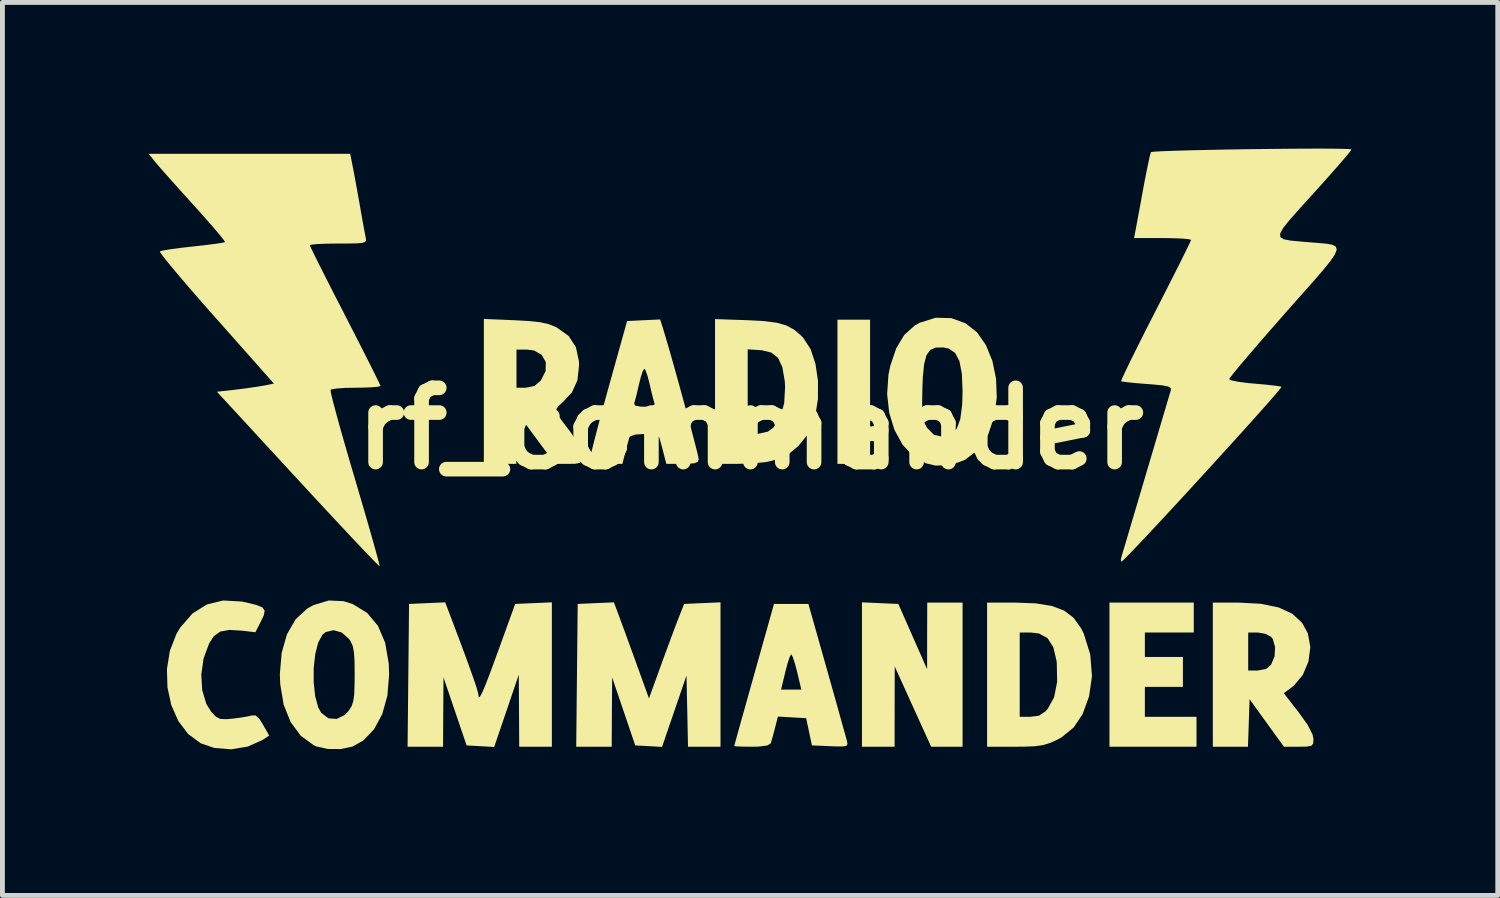
<source format=kicad_pcb>
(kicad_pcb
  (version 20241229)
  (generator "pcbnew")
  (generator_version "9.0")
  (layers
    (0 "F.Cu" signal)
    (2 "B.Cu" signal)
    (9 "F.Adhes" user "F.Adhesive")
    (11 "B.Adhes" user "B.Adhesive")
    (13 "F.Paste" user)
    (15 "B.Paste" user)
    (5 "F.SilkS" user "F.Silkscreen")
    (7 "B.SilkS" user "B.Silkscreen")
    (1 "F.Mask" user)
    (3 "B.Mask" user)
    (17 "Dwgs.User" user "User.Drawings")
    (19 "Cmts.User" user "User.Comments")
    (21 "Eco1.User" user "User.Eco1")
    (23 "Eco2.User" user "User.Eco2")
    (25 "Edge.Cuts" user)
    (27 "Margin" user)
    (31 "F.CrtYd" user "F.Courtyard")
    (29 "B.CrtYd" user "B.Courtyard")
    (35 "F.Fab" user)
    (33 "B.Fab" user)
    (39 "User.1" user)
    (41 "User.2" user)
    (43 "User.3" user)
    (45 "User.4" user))
  (footprint "rf_commander"
    (layer "F.Cu")
    (at 12.351 5.744)
    (property "Reference" "rf_commander" (at 0 0 0) (layer "F.SilkS") (effects (font (size 1.524 1.524) (thickness 0.3))))
    (attr board_only exclude_from_pos_files exclude_from_bom)
    (fp_poly (pts (xy 2.456 0.726) (xy 1.786 0.726) (xy 1.786 -2.233) (xy 2.456 -2.233)) (stroke (width 0) (type solid)) (fill yes) (layer "F.SilkS"))
    (fp_poly (pts (xy 9.099 4.187) (xy 8.095 4.187) (xy 8.095 4.689) (xy 8.876 4.689) (xy 8.876 5.303) (xy 8.095 5.303) (xy 8.095 5.917) (xy 9.155 5.917) (xy 9.155 6.531) (xy 7.369 6.531) (xy 7.369 3.573) (xy 9.099 3.573)) (stroke (width 0) (type solid)) (fill yes) (layer "F.SilkS"))
    (fp_poly (pts (xy 3.036 3.601) (xy 3.331 4.271) (xy 3.626 4.94) (xy 3.627 4.257) (xy 3.629 3.573) (xy 4.354 3.573) (xy 4.354 6.531) (xy 3.709 6.531) (xy 3.335 5.708) (xy 2.962 4.885) (xy 2.96 5.708) (xy 2.959 6.531) (xy 2.289 6.531) (xy 2.289 3.568)) (stroke (width 0) (type solid)) (fill yes) (layer "F.SilkS"))
    (fp_poly (pts (xy -0.614 6.531) (xy -1.281 6.531) (xy -1.296 5.801) (xy -1.312 5.07) (xy -1.563 5.803) (xy -1.814 6.535) (xy -2.089 6.519) (xy -2.364 6.504) (xy -2.601 5.806) (xy -2.838 5.108) (xy -2.843 5.82) (xy -2.847 6.531) (xy -3.575 6.531) (xy -3.56 5.066) (xy -3.545 3.601) (xy -3.174 3.584) (xy -2.802 3.568) (xy -2.712 3.808) (xy -2.66 3.949) (xy -2.579 4.168) (xy -2.481 4.437) (xy -2.375 4.729) (xy -2.352 4.793) (xy -2.082 5.539) (xy -1.842 4.877) (xy -1.737 4.589) (xy -1.632 4.306) (xy -1.542 4.064) (xy -1.482 3.908) (xy -1.361 3.601) (xy -0.988 3.584) (xy -0.614 3.568)) (stroke (width 0) (type solid)) (fill yes) (layer "F.SilkS"))
    (fp_poly (pts (xy -4.075 6.531) (xy -4.745 6.531) (xy -4.749 5.792) (xy -4.754 5.052) (xy -5.006 5.794) (xy -5.259 6.537) (xy -5.542 6.52) (xy -5.825 6.504) (xy -6.062 5.806) (xy -6.299 5.108) (xy -6.304 5.82) (xy -6.308 6.531) (xy -7.036 6.531) (xy -7.021 5.066) (xy -7.006 3.601) (xy -6.635 3.584) (xy -6.264 3.568) (xy -6.12 3.947) (xy -5.936 4.434) (xy -5.793 4.822) (xy -5.688 5.116) (xy -5.62 5.319) (xy -5.587 5.438) (xy -5.583 5.466) (xy -5.575 5.517) (xy -5.55 5.504) (xy -5.503 5.417) (xy -5.433 5.25) (xy -5.334 4.994) (xy -5.205 4.642) (xy -5.165 4.533) (xy -4.828 3.601) (xy -4.451 3.584) (xy -4.075 3.568)) (stroke (width 0) (type solid)) (fill yes) (layer "F.SilkS"))
    (fp_poly (pts (xy 5.856 3.589) (xy 6.186 3.642) (xy 6.44 3.738) (xy 6.633 3.886) (xy 6.782 4.093) (xy 6.841 4.21) (xy 6.974 4.636) (xy 7.01 5.084) (xy 6.95 5.499) (xy 6.818 5.861) (xy 6.634 6.136) (xy 6.386 6.338) (xy 6.291 6.39) (xy 6.144 6.456) (xy 6.004 6.498) (xy 5.839 6.521) (xy 5.615 6.53) (xy 5.432 6.531) (xy 4.857 6.531) (xy 4.857 5.917) (xy 5.527 5.917) (xy 5.745 5.917) (xy 5.92 5.895) (xy 6.05 5.809) (xy 6.104 5.75) (xy 6.233 5.515) (xy 6.295 5.201) (xy 6.288 4.822) (xy 6.282 4.765) (xy 6.216 4.487) (xy 6.098 4.303) (xy 5.919 4.206) (xy 5.752 4.187) (xy 5.527 4.187) (xy 5.527 5.917) (xy 4.857 5.917) (xy 4.857 3.573) (xy 5.435 3.573)) (stroke (width 0) (type solid)) (fill yes) (layer "F.SilkS"))
    (fp_poly (pts (xy -0.07 -2.223) (xy 0.278 -2.205) (xy 0.539 -2.171) (xy 0.737 -2.115) (xy 0.897 -2.029) (xy 1.042 -1.904) (xy 1.088 -1.856) (xy 1.235 -1.629) (xy 1.335 -1.326) (xy 1.387 -0.977) (xy 1.386 -0.608) (xy 1.329 -0.248) (xy 1.308 -0.172) (xy 1.169 0.133) (xy 0.981 0.362) (xy 0.798 0.515) (xy 0.59 0.621) (xy 0.336 0.687) (xy 0.011 0.719) (xy -0.282 0.726) (xy -0.726 0.726) (xy -0.726 -1.625) (xy -0.056 -1.625) (xy -0.056 0.112) (xy 0.142 0.112) (xy 0.358 0.064) (xy 0.473 -0.021) (xy 0.612 -0.232) (xy 0.693 -0.519) (xy 0.712 -0.857) (xy 0.704 -0.977) (xy 0.655 -1.259) (xy 0.567 -1.448) (xy 0.43 -1.558) (xy 0.231 -1.606) (xy 0.204 -1.608) (xy -0.056 -1.625) (xy -0.726 -1.625) (xy -0.726 -2.245)) (stroke (width 0) (type solid)) (fill yes) (layer "F.SilkS"))
    (fp_poly (pts (xy 10.473 3.597) (xy 10.841 3.673) (xy 11.123 3.803) (xy 11.324 3.991) (xy 11.44 4.204) (xy 11.491 4.485) (xy 11.453 4.781) (xy 11.337 5.057) (xy 11.153 5.278) (xy 11.117 5.306) (xy 10.947 5.432) (xy 11.251 5.824) (xy 11.437 6.084) (xy 11.536 6.278) (xy 11.556 6.374) (xy 11.55 6.464) (xy 11.513 6.511) (xy 11.418 6.529) (xy 11.252 6.531) (xy 10.949 6.531) (xy 10.596 6.043) (xy 10.244 5.555) (xy 10.228 6.043) (xy 10.211 6.531) (xy 9.49 6.531) (xy 9.49 4.968) (xy 10.216 4.968) (xy 10.408 4.968) (xy 10.586 4.934) (xy 10.687 4.844) (xy 10.757 4.676) (xy 10.768 4.486) (xy 10.722 4.323) (xy 10.686 4.275) (xy 10.572 4.214) (xy 10.414 4.187) (xy 10.407 4.187) (xy 10.216 4.187) (xy 10.216 4.968) (xy 9.49 4.968) (xy 9.49 3.573) (xy 10.01 3.573)) (stroke (width 0) (type solid)) (fill yes) (layer "F.SilkS"))
    (fp_poly (pts (xy -4.843 -2.222) (xy -4.537 -2.205) (xy -4.315 -2.181) (xy -4.149 -2.144) (xy -4.01 -2.09) (xy -3.975 -2.073) (xy -3.731 -1.899) (xy -3.582 -1.671) (xy -3.52 -1.379) (xy -3.517 -1.295) (xy -3.551 -0.987) (xy -3.663 -0.741) (xy -3.853 -0.538) (xy -3.938 -0.463) (xy -3.981 -0.401) (xy -3.976 -0.329) (xy -3.917 -0.224) (xy -3.799 -0.066) (xy -3.703 0.059) (xy -3.547 0.286) (xy -3.471 0.464) (xy -3.461 0.548) (xy -3.467 0.654) (xy -3.502 0.706) (xy -3.598 0.724) (xy -3.736 0.726) (xy -4.01 0.726) (xy -4.773 -0.307) (xy -4.805 0.726) (xy -5.471 0.726) (xy -5.471 -0.837) (xy -4.801 -0.837) (xy -4.61 -0.837) (xy -4.431 -0.873) (xy -4.303 -0.984) (xy -4.203 -1.179) (xy -4.199 -1.361) (xy -4.282 -1.509) (xy -4.442 -1.601) (xy -4.581 -1.619) (xy -4.801 -1.619) (xy -4.801 -0.837) (xy -5.471 -0.837) (xy -5.471 -2.247)) (stroke (width 0) (type solid)) (fill yes) (layer "F.SilkS"))
    (fp_poly (pts (xy -10.441 3.551) (xy -10.363 3.567) (xy -10.141 3.621) (xy -10.014 3.673) (xy -9.969 3.74) (xy -9.989 3.839) (xy -10.043 3.953) (xy -10.16 4.182) (xy -10.434 4.149) (xy -10.697 4.134) (xy -10.881 4.168) (xy -11.012 4.262) (xy -11.109 4.411) (xy -11.223 4.721) (xy -11.27 5.051) (xy -11.251 5.371) (xy -11.167 5.652) (xy -11.068 5.812) (xy -10.971 5.914) (xy -10.88 5.961) (xy -10.75 5.966) (xy -10.638 5.956) (xy -10.45 5.932) (xy -10.292 5.904) (xy -10.242 5.891) (xy -10.158 5.888) (xy -10.082 5.953) (xy -10.003 6.079) (xy -9.877 6.303) (xy -10.012 6.391) (xy -10.315 6.528) (xy -10.658 6.584) (xy -11.004 6.556) (xy -11.279 6.462) (xy -11.539 6.271) (xy -11.742 6.003) (xy -11.885 5.677) (xy -11.964 5.316) (xy -11.975 4.938) (xy -11.915 4.564) (xy -11.78 4.216) (xy -11.701 4.084) (xy -11.451 3.797) (xy -11.157 3.612) (xy -10.821 3.53)) (stroke (width 0) (type solid)) (fill yes) (layer "F.SilkS"))
    (fp_poly (pts (xy 1.569 4.94) (xy 1.675 5.316) (xy 1.772 5.661) (xy 1.855 5.96) (xy 1.921 6.196) (xy 1.965 6.353) (xy 1.98 6.408) (xy 1.992 6.476) (xy 1.969 6.513) (xy 1.889 6.526) (xy 1.729 6.524) (xy 1.637 6.52) (xy 1.262 6.504) (xy 1.144 5.945) (xy 0.854 5.929) (xy 0.564 5.912) (xy 0.503 6.152) (xy 0.46 6.315) (xy 0.425 6.437) (xy 0.418 6.462) (xy 0.345 6.506) (xy 0.163 6.529) (xy 0.03 6.531) (xy -0.155 6.529) (xy -0.286 6.524) (xy -0.333 6.517) (xy -0.318 6.462) (xy -0.277 6.314) (xy -0.214 6.085) (xy -0.131 5.792) (xy -0.035 5.447) (xy -0.01 5.359) (xy 0.629 5.359) (xy 1.045 5.359) (xy 0.959 4.996) (xy 0.91 4.813) (xy 0.867 4.683) (xy 0.837 4.633) (xy 0.808 4.683) (xy 0.764 4.814) (xy 0.716 4.996) (xy 0.629 5.359) (xy -0.01 5.359) (xy 0.073 5.065) (xy 0.076 5.052) (xy 0.484 3.601) (xy 1.19 3.601)) (stroke (width 0) (type solid)) (fill yes) (layer "F.SilkS"))
    (fp_poly (pts (xy 4.123 -2.265) (xy 4.415 -2.159) (xy 4.649 -1.976) (xy 4.834 -1.711) (xy 4.966 -1.386) (xy 5.041 -1.022) (xy 5.056 -0.638) (xy 5.006 -0.257) (xy 4.888 0.101) (xy 4.856 0.167) (xy 4.659 0.446) (xy 4.405 0.643) (xy 4.111 0.751) (xy 3.798 0.761) (xy 3.601 0.714) (xy 3.34 0.567) (xy 3.123 0.333) (xy 2.957 0.031) (xy 2.849 -0.322) (xy 2.825 -0.535) (xy 3.524 -0.535) (xy 3.528 -0.339) (xy 3.546 -0.202) (xy 3.579 -0.099) (xy 3.625 -0.014) (xy 3.768 0.131) (xy 3.945 0.17) (xy 4.129 0.113) (xy 4.235 0.004) (xy 4.307 -0.193) (xy 4.346 -0.486) (xy 4.354 -0.776) (xy 4.339 -1.127) (xy 4.29 -1.382) (xy 4.202 -1.549) (xy 4.071 -1.64) (xy 3.961 -1.663) (xy 3.804 -1.661) (xy 3.69 -1.612) (xy 3.613 -1.504) (xy 3.565 -1.322) (xy 3.538 -1.052) (xy 3.529 -0.818) (xy 3.524 -0.535) (xy 2.825 -0.535) (xy 2.806 -0.707) (xy 2.833 -1.105) (xy 2.87 -1.284) (xy 2.994 -1.649) (xy 3.157 -1.92) (xy 3.369 -2.111) (xy 3.475 -2.17) (xy 3.801 -2.273)) (stroke (width 0) (type solid)) (fill yes) (layer "F.SilkS"))
    (fp_poly (pts (xy -8.349 3.544) (xy -8.162 3.604) (xy -7.867 3.784) (xy -7.645 4.049) (xy -7.497 4.395) (xy -7.423 4.822) (xy -7.415 5.052) (xy -7.451 5.484) (xy -7.556 5.861) (xy -7.724 6.173) (xy -7.947 6.405) (xy -8.168 6.528) (xy -8.407 6.579) (xy -8.674 6.577) (xy -8.912 6.524) (xy -8.96 6.502) (xy -9.229 6.306) (xy -9.437 6.024) (xy -9.58 5.667) (xy -9.65 5.245) (xy -9.651 5.218) (xy -8.963 5.218) (xy -8.932 5.497) (xy -8.87 5.725) (xy -8.808 5.836) (xy -8.661 5.948) (xy -8.491 5.961) (xy -8.324 5.878) (xy -8.24 5.788) (xy -8.185 5.7) (xy -8.151 5.597) (xy -8.131 5.451) (xy -8.124 5.237) (xy -8.122 5.052) (xy -8.125 4.78) (xy -8.137 4.594) (xy -8.161 4.467) (xy -8.202 4.372) (xy -8.24 4.317) (xy -8.386 4.188) (xy -8.556 4.139) (xy -8.715 4.177) (xy -8.781 4.23) (xy -8.871 4.394) (xy -8.932 4.635) (xy -8.963 4.92) (xy -8.963 5.218) (xy -9.651 5.218) (xy -9.658 5.048) (xy -9.62 4.604) (xy -9.512 4.225) (xy -9.336 3.919) (xy -9.098 3.697) (xy -8.966 3.624) (xy -8.653 3.53)) (stroke (width 0) (type solid)) (fill yes) (layer "F.SilkS"))
    (fp_poly (pts (xy -1.794 -2.054) (xy -1.738 -1.867) (xy -1.664 -1.615) (xy -1.579 -1.315) (xy -1.487 -0.985) (xy -1.393 -0.644) (xy -1.302 -0.309) (xy -1.218 0.001) (xy -1.148 0.268) (xy -1.095 0.474) (xy -1.066 0.601) (xy -1.061 0.632) (xy -1.08 0.685) (xy -1.153 0.714) (xy -1.303 0.725) (xy -1.393 0.726) (xy -1.726 0.726) (xy -1.787 0.488) (xy -1.83 0.326) (xy -1.864 0.205) (xy -1.871 0.181) (xy -1.942 0.136) (xy -2.104 0.113) (xy -2.177 0.112) (xy -2.367 0.125) (xy -2.471 0.164) (xy -2.483 0.181) (xy -2.511 0.276) (xy -2.552 0.43) (xy -2.567 0.488) (xy -2.628 0.726) (xy -2.952 0.726) (xy -3.131 0.721) (xy -3.26 0.709) (xy -3.304 0.697) (xy -3.297 0.638) (xy -3.263 0.486) (xy -3.206 0.255) (xy -3.129 -0.041) (xy -3.037 -0.387) (xy -3.001 -0.516) (xy -2.386 -0.516) (xy -2.365 -0.469) (xy -2.248 -0.448) (xy -2.177 -0.447) (xy -2.022 -0.458) (xy -1.966 -0.495) (xy -1.969 -0.516) (xy -1.995 -0.606) (xy -2.035 -0.766) (xy -2.067 -0.907) (xy -2.111 -1.078) (xy -2.153 -1.195) (xy -2.177 -1.228) (xy -2.209 -1.178) (xy -2.251 -1.049) (xy -2.287 -0.907) (xy -2.33 -0.721) (xy -2.368 -0.576) (xy -2.386 -0.516) (xy -3.001 -0.516) (xy -2.932 -0.768) (xy -2.531 -2.205) (xy -2.192 -2.222) (xy -1.853 -2.238)) (stroke (width 0) (type solid)) (fill yes) (layer "F.SilkS"))
    (fp_poly (pts (xy -8.156 -5.345) (xy -8.119 -5.15) (xy -8.072 -4.893) (xy -8.023 -4.621) (xy -8.011 -4.55) (xy -7.969 -4.311) (xy -7.931 -4.102) (xy -7.903 -3.956) (xy -7.896 -3.922) (xy -7.888 -3.866) (xy -7.906 -3.83) (xy -7.968 -3.809) (xy -8.093 -3.799) (xy -8.301 -3.796) (xy -8.456 -3.796) (xy -8.697 -3.793) (xy -8.89 -3.785) (xy -9.012 -3.773) (xy -9.044 -3.762) (xy -9.019 -3.706) (xy -8.949 -3.563) (xy -8.842 -3.347) (xy -8.702 -3.07) (xy -8.537 -2.745) (xy -8.352 -2.386) (xy -8.318 -2.319) (xy -8.131 -1.954) (xy -7.962 -1.622) (xy -7.817 -1.336) (xy -7.703 -1.107) (xy -7.626 -0.95) (xy -7.593 -0.876) (xy -7.592 -0.873) (xy -7.644 -0.857) (xy -7.782 -0.845) (xy -7.982 -0.838) (xy -8.091 -0.837) (xy -8.316 -0.833) (xy -8.495 -0.82) (xy -8.601 -0.802) (xy -8.618 -0.792) (xy -8.609 -0.73) (xy -8.572 -0.574) (xy -8.509 -0.336) (xy -8.425 -0.03) (xy -8.322 0.332) (xy -8.205 0.736) (xy -8.118 1.03) (xy -7.993 1.455) (xy -7.879 1.845) (xy -7.781 2.187) (xy -7.702 2.468) (xy -7.645 2.677) (xy -7.614 2.799) (xy -7.61 2.828) (xy -7.65 2.792) (xy -7.759 2.682) (xy -7.927 2.507) (xy -8.148 2.274) (xy -8.413 1.991) (xy -8.715 1.667) (xy -9.046 1.31) (xy -9.289 1.047) (xy -10.949 -0.754) (xy -10.569 -0.797) (xy -10.338 -0.826) (xy -10.119 -0.858) (xy -9.983 -0.881) (xy -9.779 -0.921) (xy -10.967 -2.261) (xy -11.255 -2.587) (xy -11.515 -2.886) (xy -11.74 -3.149) (xy -11.92 -3.365) (xy -12.048 -3.524) (xy -12.114 -3.616) (xy -12.121 -3.635) (xy -12.055 -3.653) (xy -11.901 -3.679) (xy -11.682 -3.708) (xy -11.446 -3.735) (xy -11.191 -3.763) (xy -10.98 -3.79) (xy -10.836 -3.812) (xy -10.782 -3.825) (xy -10.81 -3.872) (xy -10.903 -3.987) (xy -11.048 -4.157) (xy -11.233 -4.368) (xy -11.423 -4.579) (xy -11.649 -4.829) (xy -11.858 -5.062) (xy -12.034 -5.26) (xy -12.162 -5.407) (xy -12.219 -5.474) (xy -12.351 -5.638) (xy -8.214 -5.638)) (stroke (width 0) (type solid)) (fill yes) (layer "F.SilkS"))
    (fp_poly (pts (xy 11.956 -5.743) (xy 12.172 -5.739) (xy 12.303 -5.734) (xy 12.337 -5.727) (xy 12.301 -5.676) (xy 12.201 -5.555) (xy 12.047 -5.377) (xy 11.851 -5.154) (xy 11.624 -4.901) (xy 11.547 -4.816) (xy 11.272 -4.513) (xy 11.069 -4.284) (xy 10.936 -4.118) (xy 10.872 -4.003) (xy 10.875 -3.929) (xy 10.945 -3.884) (xy 11.08 -3.857) (xy 11.28 -3.838) (xy 11.435 -3.825) (xy 11.65 -3.808) (xy 11.819 -3.793) (xy 11.942 -3.771) (xy 12.014 -3.733) (xy 12.033 -3.67) (xy 11.996 -3.573) (xy 11.901 -3.433) (xy 11.744 -3.24) (xy 11.524 -2.986) (xy 11.236 -2.662) (xy 10.994 -2.389) (xy 10.708 -2.063) (xy 10.447 -1.763) (xy 10.221 -1.5) (xy 10.037 -1.283) (xy 9.906 -1.123) (xy 9.835 -1.031) (xy 9.825 -1.013) (xy 9.877 -0.986) (xy 10.015 -0.958) (xy 10.216 -0.932) (xy 10.341 -0.921) (xy 10.572 -0.901) (xy 10.759 -0.88) (xy 10.876 -0.863) (xy 10.899 -0.856) (xy 10.87 -0.813) (xy 10.774 -0.698) (xy 10.62 -0.521) (xy 10.418 -0.294) (xy 10.177 -0.025) (xy 9.907 0.274) (xy 9.616 0.594) (xy 9.314 0.925) (xy 9.01 1.257) (xy 8.714 1.578) (xy 8.434 1.88) (xy 8.181 2.151) (xy 7.963 2.383) (xy 7.79 2.564) (xy 7.67 2.685) (xy 7.614 2.735) (xy 7.612 2.735) (xy 7.602 2.691) (xy 7.614 2.638) (xy 7.635 2.566) (xy 7.684 2.403) (xy 7.754 2.165) (xy 7.842 1.868) (xy 7.943 1.529) (xy 8.051 1.163) (xy 8.162 0.787) (xy 8.272 0.417) (xy 8.375 0.069) (xy 8.467 -0.242) (xy 8.543 -0.498) (xy 8.598 -0.684) (xy 8.628 -0.783) (xy 8.629 -0.787) (xy 8.626 -0.831) (xy 8.574 -0.862) (xy 8.455 -0.885) (xy 8.25 -0.905) (xy 8.142 -0.913) (xy 7.915 -0.931) (xy 7.735 -0.949) (xy 7.627 -0.964) (xy 7.608 -0.97) (xy 7.627 -1.024) (xy 7.691 -1.163) (xy 7.794 -1.377) (xy 7.93 -1.651) (xy 8.092 -1.975) (xy 8.275 -2.334) (xy 8.315 -2.412) (xy 8.502 -2.779) (xy 8.672 -3.113) (xy 8.817 -3.401) (xy 8.931 -3.631) (xy 9.009 -3.791) (xy 9.043 -3.867) (xy 9.044 -3.871) (xy 8.992 -3.886) (xy 8.851 -3.898) (xy 8.645 -3.906) (xy 8.459 -3.908) (xy 7.874 -3.908) (xy 7.903 -4.061) (xy 7.924 -4.174) (xy 7.96 -4.369) (xy 8.007 -4.621) (xy 8.058 -4.903) (xy 8.063 -4.929) (xy 8.114 -5.198) (xy 8.16 -5.425) (xy 8.196 -5.589) (xy 8.219 -5.668) (xy 8.221 -5.672) (xy 8.283 -5.681) (xy 8.44 -5.69) (xy 8.678 -5.699) (xy 8.98 -5.708) (xy 9.334 -5.716) (xy 9.722 -5.724) (xy 10.131 -5.731) (xy 10.546 -5.736) (xy 10.95 -5.74) (xy 11.33 -5.743) (xy 11.671 -5.744)) (stroke (width 0) (type solid)) (fill yes) (layer "F.SilkS")))
  (gr_rect
    (start -3 -3)
    (end 27.689 15.327)
    (stroke (width 0.1) (type default))
    (fill no)
    (layer "Edge.Cuts")))
</source>
